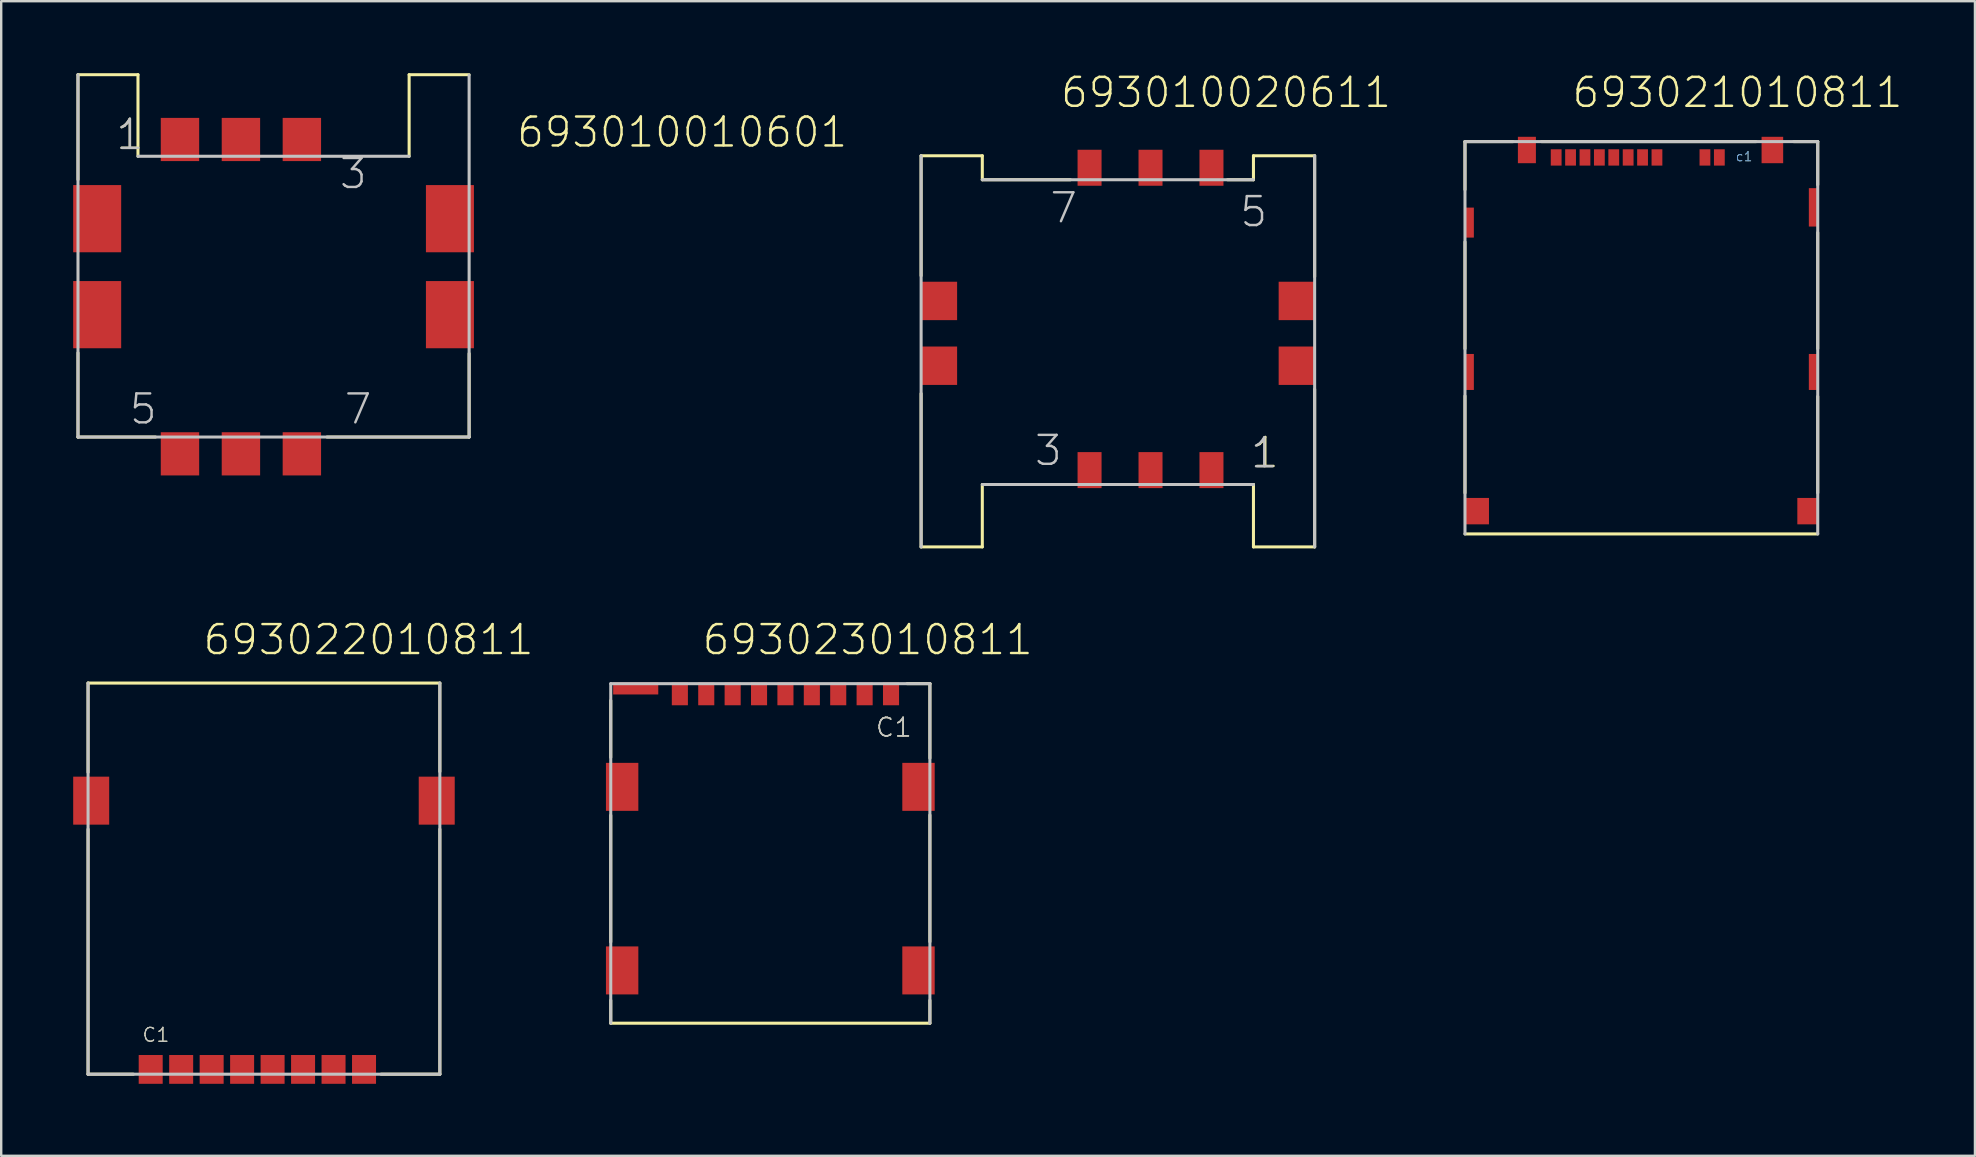
<source format=kicad_pcb>
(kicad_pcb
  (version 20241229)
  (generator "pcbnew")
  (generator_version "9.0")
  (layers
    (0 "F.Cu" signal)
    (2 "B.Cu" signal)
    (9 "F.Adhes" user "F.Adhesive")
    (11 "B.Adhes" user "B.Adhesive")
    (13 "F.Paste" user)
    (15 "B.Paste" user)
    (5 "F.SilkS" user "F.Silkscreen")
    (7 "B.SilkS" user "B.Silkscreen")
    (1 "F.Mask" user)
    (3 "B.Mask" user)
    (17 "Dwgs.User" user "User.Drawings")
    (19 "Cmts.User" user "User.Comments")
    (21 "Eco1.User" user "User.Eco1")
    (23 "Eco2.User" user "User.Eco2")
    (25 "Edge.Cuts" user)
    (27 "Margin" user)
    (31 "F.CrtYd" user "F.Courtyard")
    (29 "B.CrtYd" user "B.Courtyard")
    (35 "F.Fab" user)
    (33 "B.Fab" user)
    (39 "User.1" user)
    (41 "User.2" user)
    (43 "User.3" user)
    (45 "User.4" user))
  (footprint "693021010811"
    (layer "F.Cu")
    (at 65.351 2.851)
    (property "Reference" "693021010811" (at -2.95 -1.34 0) (layer "F.SilkS") (effects (font (size 1.206 1.206) (thickness 0.102)) (justify left bottom)))
    (attr through_hole)
    (fp_line (start -7.35 0) (end -7.35 2) (stroke (width 0.127) (type solid)) (layer "F.SilkS"))
    (fp_line (start -7.35 0) (end -5.35 0) (stroke (width 0.127) (type solid)) (layer "F.SilkS"))
    (fp_line (start -7.35 4.18) (end -7.35 8.63) (stroke (width 0.127) (type solid)) (layer "F.SilkS"))
    (fp_line (start -7.35 10.6) (end -7.35 14.64) (stroke (width 0.127) (type solid)) (layer "F.SilkS"))
    (fp_line (start -4.16 0) (end 4.78 0) (stroke (width 0.127) (type solid)) (layer "F.SilkS"))
    (fp_line (start 6.35 0) (end 7.35 0) (stroke (width 0.127) (type solid)) (layer "F.SilkS"))
    (fp_line (start 7.35 0) (end 7.35 1.8) (stroke (width 0.127) (type solid)) (layer "F.SilkS"))
    (fp_line (start 7.35 3.79) (end 7.35 8.63) (stroke (width 0.127) (type solid)) (layer "F.SilkS"))
    (fp_line (start 7.35 10.62) (end 7.35 14.64) (stroke (width 0.127) (type solid)) (layer "F.SilkS"))
    (fp_line (start 7.35 16.35) (end -7.35 16.35) (stroke (width 0.127) (type solid)) (layer "F.SilkS"))
    (fp_line (start -7.35 0) (end 7.35 0) (stroke (width 0.127) (type solid)) (layer "Dwgs.User"))
    (fp_line (start -7.35 16.35) (end -7.35 0) (stroke (width 0.127) (type solid)) (layer "Dwgs.User"))
    (fp_line (start 7.35 0) (end 7.35 16.35) (stroke (width 0.127) (type solid)) (layer "Dwgs.User"))
    (fp_text user "c1" (at 3.91 0.85 0) (layer "F.SilkS") (effects (font (size 0.386 0.386) (thickness 0.033)) (justify left bottom)))
    (fp_text user "c1" (at 3.91 0.85 0) (layer "Cmts.User") (effects (font (size 0.386 0.386) (thickness 0.033)) (justify left bottom)))
    (pad "C1" smd rect (at 3.25 0.66 90) (size 0.68 0.45) (layers "F.Cu" "F.Mask" "F.Paste"))
    (pad "C2" smd rect (at 0.05 0.66 90) (size 0.68 0.45) (layers "F.Cu" "F.Mask" "F.Paste"))
    (pad "C3" smd rect (at -1.15 0.66 90) (size 0.68 0.45) (layers "F.Cu" "F.Mask" "F.Paste"))
    (pad "C4" smd rect (at -2.35 0.66 90) (size 0.68 0.45) (layers "F.Cu" "F.Mask" "F.Paste"))
    (pad "C5" smd rect (at 2.65 0.66 90) (size 0.68 0.45) (layers "F.Cu" "F.Mask" "F.Paste"))
    (pad "C6" smd rect (at -0.55 0.66 90) (size 0.68 0.45) (layers "F.Cu" "F.Mask" "F.Paste"))
    (pad "C7" smd rect (at -1.75 0.66 90) (size 0.68 0.45) (layers "F.Cu" "F.Mask" "F.Paste"))
    (pad "C8" smd rect (at -2.95 0.66 90) (size 0.68 0.45) (layers "F.Cu" "F.Mask" "F.Paste"))
    (pad "CD" smd rect (at -3.55 0.66 90) (size 0.68 0.45) (layers "F.Cu" "F.Mask" "F.Paste"))
    (pad "COMM" smd rect (at 0.65 0.66 90) (size 0.68 0.45) (layers "F.Cu" "F.Mask" "F.Paste"))
    (pad "Z1" smd rect (at -4.77 0.35) (size 0.75 1.1) (layers "F.Cu" "F.Mask" "F.Paste"))
    (pad "Z2" smd rect (at -7.165 3.375 90) (size 1.25 0.37) (layers "F.Cu" "F.Mask" "F.Paste"))
    (pad "Z3" smd rect (at -7.165 9.6 90) (size 1.5 0.37) (layers "F.Cu" "F.Mask" "F.Paste"))
    (pad "Z4" smd rect (at -6.85 15.4) (size 1 1.1) (layers "F.Cu" "F.Mask" "F.Paste"))
    (pad "Z5" smd rect (at 6.925 15.4) (size 0.85 1.1) (layers "F.Cu" "F.Mask" "F.Paste"))
    (pad "Z6" smd rect (at 7.165 9.6 90) (size 1.5 0.37) (layers "F.Cu" "F.Mask" "F.Paste"))
    (pad "Z7" smd rect (at 7.165 2.74 90) (size 1.6 0.37) (layers "F.Cu" "F.Mask" "F.Paste"))
    (pad "Z8" smd rect (at 5.46 0.35) (size 0.9 1.1) (layers "F.Cu" "F.Mask" "F.Paste")))
  (footprint "693023010811"
    (layer "F.Cu")
    (at 29.052 25.866)
    (property "Reference" "693023010811" (at -2.9 -1.55 0) (layer "F.SilkS") (effects (font (size 1.206 1.206) (thickness 0.102)) (justify left bottom)))
    (attr through_hole)
    (fp_line (start -6.65 2.65) (end -6.65 0.275) (stroke (width 0.127) (type solid)) (layer "F.SilkS"))
    (fp_line (start -6.65 5.06) (end -6.65 10.34) (stroke (width 0.127) (type solid)) (layer "F.SilkS"))
    (fp_line (start -6.65 12.77) (end -6.65 13.725) (stroke (width 0.127) (type solid)) (layer "F.SilkS"))
    (fp_line (start 5.697 -0.428) (end 6.647 -0.428) (stroke (width 0.127) (type solid)) (layer "F.SilkS"))
    (fp_line (start 6.647 -0.428) (end 6.647 -0.424) (stroke (width 0.127) (type solid)) (layer "F.SilkS"))
    (fp_line (start 6.65 2.68) (end 6.65 -0.425) (stroke (width 0.127) (type solid)) (layer "F.SilkS"))
    (fp_line (start 6.65 5.05) (end 6.65 10.33) (stroke (width 0.127) (type solid)) (layer "F.SilkS"))
    (fp_line (start 6.65 12.77) (end 6.65 13.725) (stroke (width 0.127) (type solid)) (layer "F.SilkS"))
    (fp_line (start 6.65 13.725) (end -6.65 13.725) (stroke (width 0.127) (type solid)) (layer "F.SilkS"))
    (fp_line (start -6.65 -0.425) (end 6.65 -0.425) (stroke (width 0.127) (type solid)) (layer "Dwgs.User"))
    (fp_line (start -6.65 13.725) (end -6.65 -0.425) (stroke (width 0.127) (type solid)) (layer "Dwgs.User"))
    (fp_line (start 6.65 -0.425) (end 6.65 13.725) (stroke (width 0.127) (type solid)) (layer "Dwgs.User"))
    (fp_text user "C1" (at 4.35 1.85 0) (layer "F.SilkS") (effects (font (size 0.772 0.772) (thickness 0.065)) (justify left bottom)))
    (fp_text user "C1" (at 4.35 1.85 0) (layer "Dwgs.User") (effects (font (size 0.772 0.772) (thickness 0.065)) (justify left bottom)))
    (pad "C1" smd rect (at 5.03 0 90) (size 0.95 0.67) (layers "F.Cu" "F.Mask" "F.Paste"))
    (pad "C2" smd rect (at 1.73 0 90) (size 0.95 0.67) (layers "F.Cu" "F.Mask" "F.Paste"))
    (pad "C3" smd rect (at -0.47 0 90) (size 0.95 0.67) (layers "F.Cu" "F.Mask" "F.Paste"))
    (pad "C4" smd rect (at -2.67 0 90) (size 0.95 0.67) (layers "F.Cu" "F.Mask" "F.Paste"))
    (pad "C5" smd rect (at 3.93 0 90) (size 0.95 0.67) (layers "F.Cu" "F.Mask" "F.Paste"))
    (pad "C6" smd rect (at 0.63 0 90) (size 0.95 0.67) (layers "F.Cu" "F.Mask" "F.Paste"))
    (pad "C7" smd rect (at -1.57 0 90) (size 0.95 0.67) (layers "F.Cu" "F.Mask" "F.Paste"))
    (pad "C8" smd rect (at -3.77 0 90) (size 0.95 0.67) (layers "F.Cu" "F.Mask" "F.Paste"))
    (pad "SW" smd rect (at 2.83 0 90) (size 0.95 0.67) (layers "F.Cu" "F.Mask" "F.Paste"))
    (pad "Z1" smd rect (at -6.175 3.875 90) (size 2 1.35) (layers "F.Cu" "F.Mask" "F.Paste"))
    (pad "Z2" smd rect (at 6.175 3.875 90) (size 2 1.35) (layers "F.Cu" "F.Mask" "F.Paste"))
    (pad "Z3" smd rect (at 6.175 11.525 90) (size 2 1.35) (layers "F.Cu" "F.Mask" "F.Paste"))
    (pad "Z4" smd rect (at -6.175 11.525 90) (size 2 1.35) (layers "F.Cu" "F.Mask" "F.Paste"))
    (pad "Z5" smd rect (at -5.61 -0.225) (size 1.88 0.5) (layers "F.Cu" "F.Mask" "F.Paste")))
  (footprint "693010010601"
    (layer "F.Cu")
    (at 8.35 8.063)
    (property "Reference" "693010010601" (at 10.07 -4.9 0) (layer "F.SilkS") (effects (font (size 1.206 1.206) (thickness 0.102)) (justify left bottom)))
    (attr through_hole)
    (fp_line (start -8.15 -8) (end -5.65 -8) (stroke (width 0.127) (type solid)) (layer "F.SilkS"))
    (fp_line (start -8.15 -3.63) (end -8.15 -8) (stroke (width 0.127) (type solid)) (layer "F.SilkS"))
    (fp_line (start -8.15 3.59) (end -8.15 7.1) (stroke (width 0.127) (type solid)) (layer "F.SilkS"))
    (fp_line (start -8.15 7.1) (end -4.92 7.1) (stroke (width 0.127) (type solid)) (layer "F.SilkS"))
    (fp_line (start -5.65 -8) (end -5.65 -4.6) (stroke (width 0.127) (type solid)) (layer "F.SilkS"))
    (fp_line (start 2.23 7.1) (end 8.15 7.1) (stroke (width 0.127) (type solid)) (layer "F.SilkS"))
    (fp_line (start 5.65 -4.6) (end 5.65 -8) (stroke (width 0.127) (type solid)) (layer "F.SilkS"))
    (fp_line (start 8.15 -8) (end 5.65 -8) (stroke (width 0.127) (type solid)) (layer "F.SilkS"))
    (fp_line (start 8.15 7.1) (end 8.15 3.62) (stroke (width 0.127) (type solid)) (layer "F.SilkS"))
    (fp_line (start -8.15 -8) (end -8.15 7.1) (stroke (width 0.127) (type solid)) (layer "Dwgs.User"))
    (fp_line (start -8.15 7.1) (end 8.15 7.1) (stroke (width 0.127) (type solid)) (layer "Dwgs.User"))
    (fp_line (start -5.65 -4.6) (end 5.65 -4.6) (stroke (width 0.127) (type solid)) (layer "Dwgs.User"))
    (fp_line (start 8.15 7.1) (end 8.15 -7.98) (stroke (width 0.127) (type solid)) (layer "Dwgs.User"))
    (fp_text user "1" (at -6.63 -4.8 0) (layer "F.SilkS") (effects (font (size 1.206 1.206) (thickness 0.102)) (justify left bottom)))
    (fp_text user "7" (at 2.88 6.64 0) (layer "Dwgs.User") (effects (font (size 1.206 1.206) (thickness 0.102)) (justify left bottom)))
    (fp_text user "3" (at 2.68 -3.17 0) (layer "Dwgs.User") (effects (font (size 1.206 1.206) (thickness 0.102)) (justify left bottom)))
    (fp_text user "5" (at -6.07 6.64 0) (layer "Dwgs.User") (effects (font (size 1.206 1.206) (thickness 0.102)) (justify left bottom)))
    (fp_text user "1" (at -6.63 -4.8 0) (layer "Dwgs.User") (effects (font (size 1.206 1.206) (thickness 0.102)) (justify left bottom)))
    (pad "1" smd rect (at -3.9 -5.3 90) (size 1.8 1.6) (layers "F.Cu" "F.Mask" "F.Paste"))
    (pad "2" smd rect (at -1.36 -5.3 90) (size 1.8 1.6) (layers "F.Cu" "F.Mask" "F.Paste"))
    (pad "3" smd rect (at 1.18 -5.3 90) (size 1.8 1.6) (layers "F.Cu" "F.Mask" "F.Paste"))
    (pad "5" smd rect (at -3.9 7.8 90) (size 1.8 1.6) (layers "F.Cu" "F.Mask" "F.Paste"))
    (pad "6" smd rect (at -1.36 7.8 90) (size 1.8 1.6) (layers "F.Cu" "F.Mask" "F.Paste"))
    (pad "7" smd rect (at 1.18 7.8 90) (size 1.8 1.6) (layers "F.Cu" "F.Mask" "F.Paste"))
    (pad "Z1" smd rect (at -7.35 -2) (size 2 2.8) (layers "F.Cu" "F.Mask" "F.Paste"))
    (pad "Z2" smd rect (at -7.35 2) (size 2 2.8) (layers "F.Cu" "F.Mask" "F.Paste"))
    (pad "Z3" smd rect (at 7.35 2) (size 2 2.8) (layers "F.Cu" "F.Mask" "F.Paste"))
    (pad "Z4" smd rect (at 7.35 -2) (size 2 2.8) (layers "F.Cu" "F.Mask" "F.Paste")))
  (footprint "693022010811"
    (layer "F.Cu")
    (at 7.95 41.516)
    (property "Reference" "693022010811" (at -2.6 -17.2 0) (layer "F.SilkS") (effects (font (size 1.206 1.206) (thickness 0.102)) (justify left bottom)))
    (attr through_hole)
    (fp_line (start -7.33 -16.1) (end 7.33 -16.1) (stroke (width 0.127) (type solid)) (layer "F.SilkS"))
    (fp_line (start -7.33 -12.38) (end -7.33 -16.1) (stroke (width 0.127) (type solid)) (layer "F.SilkS"))
    (fp_line (start -7.33 0.2) (end -7.33 -10.01) (stroke (width 0.127) (type solid)) (layer "F.SilkS"))
    (fp_line (start -5.44 0.2) (end -7.33 0.2) (stroke (width 0.127) (type solid)) (layer "F.SilkS"))
    (fp_line (start 7.33 -12.41) (end 7.33 -16.1) (stroke (width 0.127) (type solid)) (layer "F.SilkS"))
    (fp_line (start 7.33 -10.01) (end 7.33 0.2) (stroke (width 0.127) (type solid)) (layer "F.SilkS"))
    (fp_line (start 7.33 0.2) (end 4.88 0.2) (stroke (width 0.127) (type solid)) (layer "F.SilkS"))
    (fp_line (start -7.33 0.2) (end -7.33 -16.1) (stroke (width 0.127) (type solid)) (layer "Dwgs.User"))
    (fp_line (start 7.33 -16.1) (end 7.33 0.2) (stroke (width 0.127) (type solid)) (layer "Dwgs.User"))
    (fp_line (start 7.33 0.2) (end -7.33 0.2) (stroke (width 0.127) (type solid)) (layer "Dwgs.User"))
    (fp_text user "C1" (at -5.1 -1.1 0) (layer "F.SilkS") (effects (font (size 0.579 0.579) (thickness 0.049)) (justify left bottom)))
    (fp_text user "C1" (at -5.1 -1.1 0) (layer "Dwgs.User") (effects (font (size 0.579 0.579) (thickness 0.049)) (justify left bottom)))
    (pad "C1" smd rect (at -4.72 0 270) (size 1.2 1) (layers "F.Cu" "F.Mask" "F.Paste"))
    (pad "C2" smd rect (at -2.18 0 270) (size 1.2 1) (layers "F.Cu" "F.Mask" "F.Paste"))
    (pad "C3" smd rect (at 0.36 0 270) (size 1.2 1) (layers "F.Cu" "F.Mask" "F.Paste"))
    (pad "C4" smd rect (at 2.9 0 270) (size 1.2 1) (layers "F.Cu" "F.Mask" "F.Paste"))
    (pad "C5" smd rect (at -3.45 0 270) (size 1.2 1) (layers "F.Cu" "F.Mask" "F.Paste"))
    (pad "C6" smd rect (at -0.91 0 270) (size 1.2 1) (layers "F.Cu" "F.Mask" "F.Paste"))
    (pad "C7" smd rect (at 1.63 0 270) (size 1.2 1) (layers "F.Cu" "F.Mask" "F.Paste"))
    (pad "C8" smd rect (at 4.17 0 270) (size 1.2 1) (layers "F.Cu" "F.Mask" "F.Paste"))
    (pad "Z1" smd rect (at 7.2 -11.2 270) (size 2 1.5) (layers "F.Cu" "F.Mask" "F.Paste"))
    (pad "Z2" smd rect (at -7.2 -11.2 270) (size 2 1.5) (layers "F.Cu" "F.Mask" "F.Paste")))
  (footprint "693010020611"
    (layer "F.Cu")
    (at 42.356 3.941)
    (property "Reference" "693010020611" (at -1.27 -2.43 0) (layer "F.SilkS") (effects (font (size 1.206 1.206) (thickness 0.102)) (justify left bottom)))
    (attr through_hole)
    (fp_line (start -7.02 -0.5) (end -4.47 -0.5) (stroke (width 0.127) (type solid)) (layer "F.SilkS"))
    (fp_line (start -7.02 4.5) (end -7.02 -0.5) (stroke (width 0.127) (type solid)) (layer "F.SilkS"))
    (fp_line (start -7.02 9.41) (end -7.02 15.8) (stroke (width 0.127) (type solid)) (layer "F.SilkS"))
    (fp_line (start -7.02 15.8) (end -4.47 15.8) (stroke (width 0.127) (type solid)) (layer "F.SilkS"))
    (fp_line (start -4.47 -0.5) (end -4.47 0.5) (stroke (width 0.127) (type solid)) (layer "F.SilkS"))
    (fp_line (start -4.47 13.2) (end -4.47 15.8) (stroke (width 0.127) (type solid)) (layer "F.SilkS"))
    (fp_line (start -0.8 0.5) (end -4.47 0.5) (stroke (width 0.127) (type solid)) (layer "F.SilkS"))
    (fp_line (start -0.72 13.2) (end -4.45 13.2) (stroke (width 0.127) (type solid)) (layer "F.SilkS"))
    (fp_line (start 5.75 0.5) (end 6.83 0.5) (stroke (width 0.127) (type solid)) (layer "F.SilkS"))
    (fp_line (start 5.77 13.2) (end 6.83 13.2) (stroke (width 0.127) (type solid)) (layer "F.SilkS"))
    (fp_line (start 6.83 0.5) (end 6.83 -0.5) (stroke (width 0.127) (type solid)) (layer "F.SilkS"))
    (fp_line (start 6.83 15.8) (end 6.83 13.2) (stroke (width 0.127) (type solid)) (layer "F.SilkS"))
    (fp_line (start 9.38 -0.5) (end 6.83 -0.5) (stroke (width 0.127) (type solid)) (layer "F.SilkS"))
    (fp_line (start 9.38 4.54) (end 9.38 -0.5) (stroke (width 0.127) (type solid)) (layer "F.SilkS"))
    (fp_line (start 9.38 9.23) (end 9.38 15.8) (stroke (width 0.127) (type solid)) (layer "F.SilkS"))
    (fp_line (start 9.38 15.8) (end 6.83 15.8) (stroke (width 0.127) (type solid)) (layer "F.SilkS"))
    (fp_line (start -7.02 -0.5) (end -7.02 15.8) (stroke (width 0.127) (type solid)) (layer "Dwgs.User"))
    (fp_line (start -4.47 0.5) (end 6.83 0.5) (stroke (width 0.127) (type solid)) (layer "Dwgs.User"))
    (fp_line (start 6.83 13.2) (end -4.47 13.2) (stroke (width 0.127) (type solid)) (layer "Dwgs.User"))
    (fp_line (start 9.38 15.8) (end 9.38 -0.5) (stroke (width 0.127) (type solid)) (layer "Dwgs.User"))
    (fp_text user "1" (at 6.68 12.58 0) (layer "F.SilkS") (effects (font (size 1.206 1.206) (thickness 0.102)) (justify left bottom)))
    (fp_text user "1" (at 6.64 12.59 0) (layer "Dwgs.User") (effects (font (size 1.206 1.206) (thickness 0.102)) (justify left bottom)))
    (fp_text user "7" (at -1.72 2.38 0) (layer "Dwgs.User") (effects (font (size 1.206 1.206) (thickness 0.102)) (justify left bottom)))
    (fp_text user "5" (at 6.2 2.54 0) (layer "Dwgs.User") (effects (font (size 1.206 1.206) (thickness 0.102)) (justify left bottom)))
    (fp_text user "3" (at -2.36 12.49 0) (layer "Dwgs.User") (effects (font (size 1.206 1.206) (thickness 0.102)) (justify left bottom)))
    (pad "1" smd rect (at 5.08 12.6) (size 1 1.5) (layers "F.Cu" "F.Mask" "F.Paste"))
    (pad "2" smd rect (at 2.54 12.6) (size 1 1.5) (layers "F.Cu" "F.Mask" "F.Paste"))
    (pad "3" smd rect (at 0 12.6) (size 1 1.5) (layers "F.Cu" "F.Mask" "F.Paste"))
    (pad "5" smd rect (at 5.08 0) (size 1 1.5) (layers "F.Cu" "F.Mask" "F.Paste"))
    (pad "6" smd rect (at 2.54 0) (size 1 1.5) (layers "F.Cu" "F.Mask" "F.Paste"))
    (pad "7" smd rect (at 0 0) (size 1 1.5) (layers "F.Cu" "F.Mask" "F.Paste"))
    (pad "Z1" smd rect (at -6.27 5.55) (size 1.5 1.6) (layers "F.Cu" "F.Mask" "F.Paste"))
    (pad "Z2" smd rect (at -6.27 8.25) (size 1.5 1.6) (layers "F.Cu" "F.Mask" "F.Paste"))
    (pad "Z3" smd rect (at 8.63 5.55) (size 1.5 1.6) (layers "F.Cu" "F.Mask" "F.Paste"))
    (pad "Z4" smd rect (at 8.63 8.25) (size 1.5 1.6) (layers "F.Cu" "F.Mask" "F.Paste")))
  (gr_rect
    (start -3 -3)
    (end 79.253 45.116)
    (stroke (width 0.1) (type default))
    (fill no)
    (layer "Edge.Cuts")))
</source>
